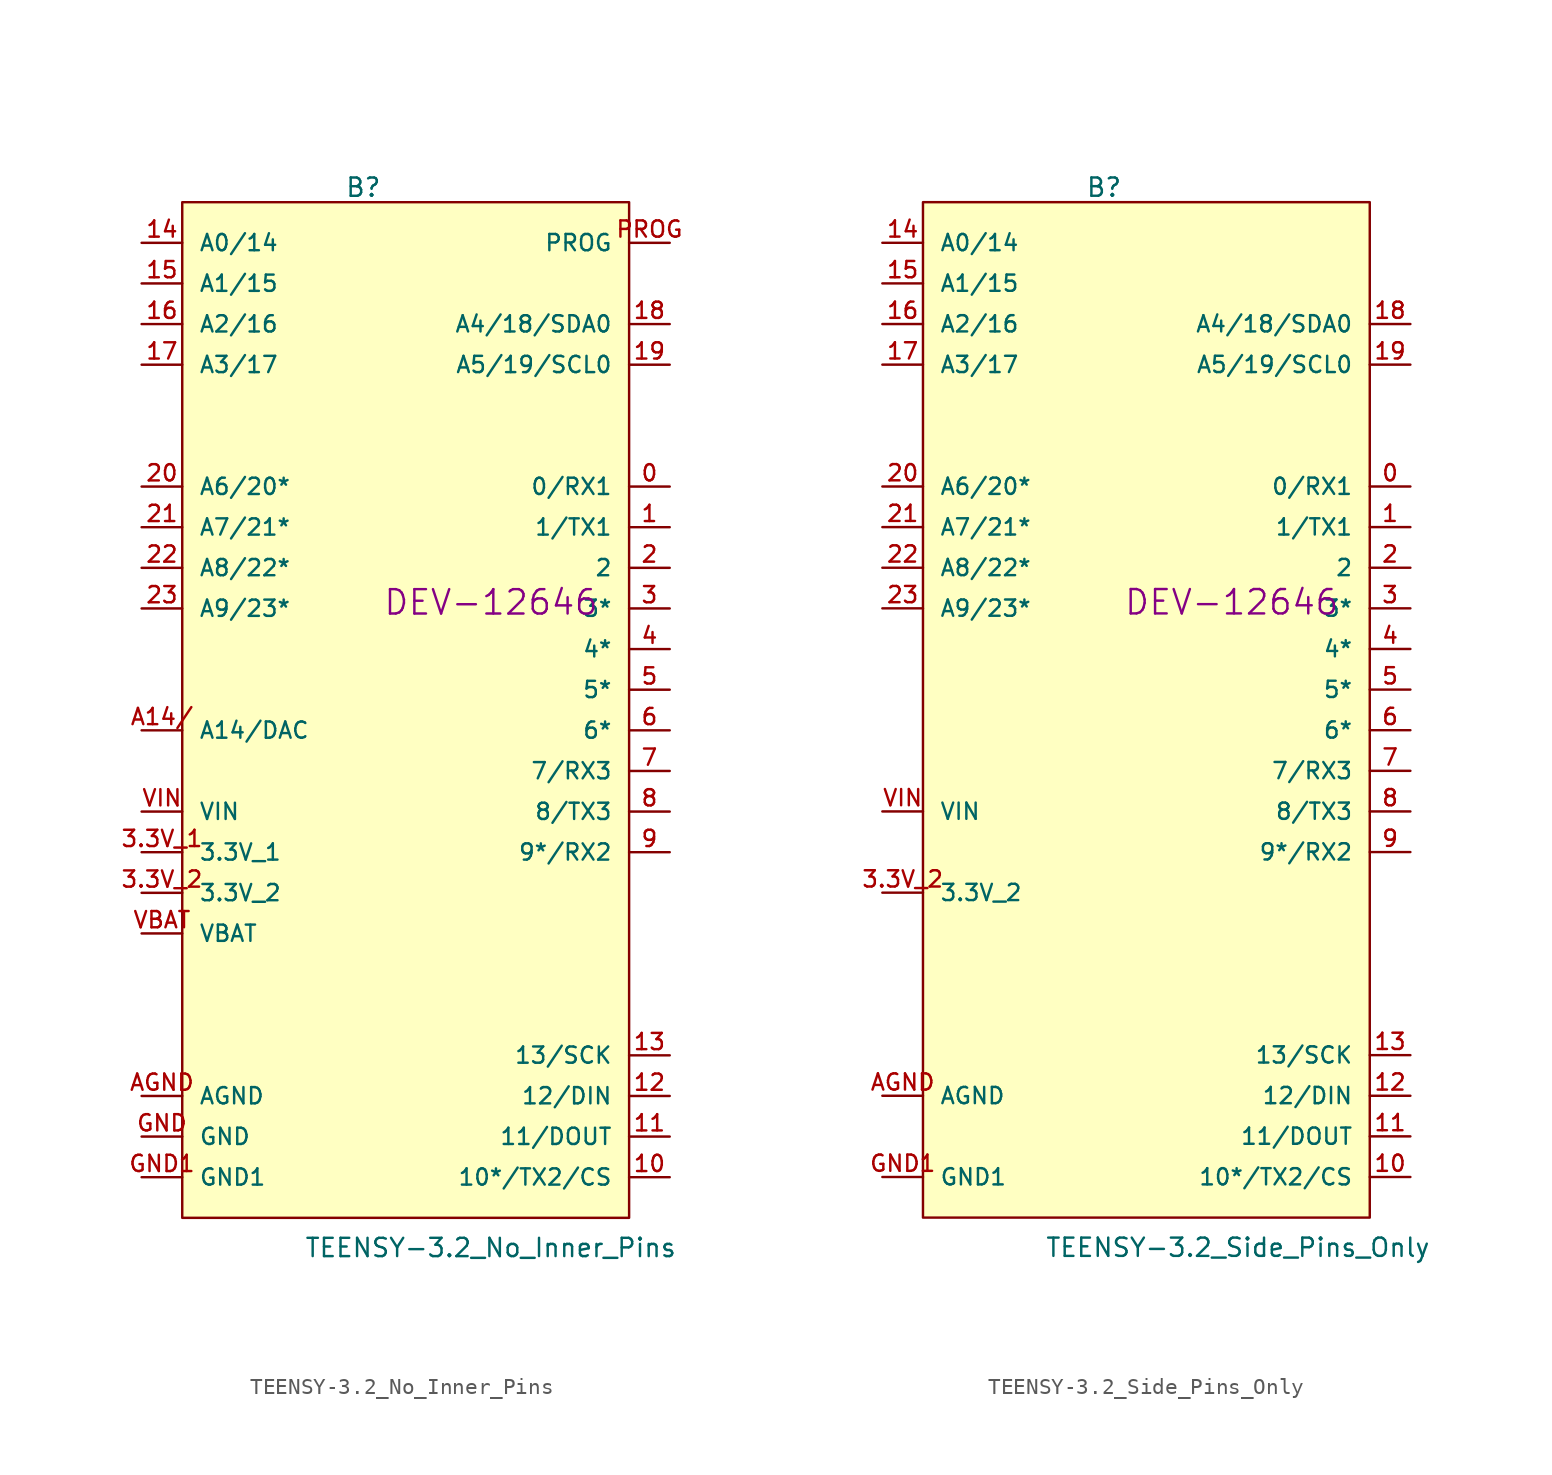
<source format=kicad_sym>
(kicad_symbol_lib
  (version 20211014)
  (generator kicad_symbol_editor)
  (symbol "TEENSY-3.2_No_Inner_Pins"
    (pin_names
      (offset 1.016))
    (property "Reference" "B"
      (at -5.08 30.734 0)
      (effects (font (size 1.143 1.143)) (justify left bottom)))
    (property "Value" "TEENSY-3.2_No_Inner_Pins"
      (at -7.62 -35.56 0)
      (effects (font (size 1.143 1.143)) (justify left bottom)))
    (property "Field4" "DEV-12646"
      (at 4.064 5.461 0)
      (effects (font (size 1.524 1.524))))
    (symbol "TEENSY-3.2_No_Inner_Pins_1_1"
      (polyline (pts (xy -15.24 -33.02) (xy -15.24 30.48) (xy 12.7 30.48) (xy 12.7 -33.02) (xy -15.24 -33.02)) (stroke (width 0) (type default) (color 0 0 0 0)) (fill (type background)))
      (pin bidirectional line (at 15.24 12.7 180) (length 2.54) (name "0/RX1" (effects (font (size 1.016 1.016)))) (number "0" (effects (font (size 1.016 1.016)))))
      (pin bidirectional line (at 15.24 10.16 180) (length 2.54) (name "1/TX1" (effects (font (size 1.016 1.016)))) (number "1" (effects (font (size 1.016 1.016)))))
      (pin bidirectional line (at 15.24 -30.48 180) (length 2.54) (name "10*/TX2/CS" (effects (font (size 1.016 1.016)))) (number "10" (effects (font (size 1.016 1.016)))))
      (pin bidirectional line (at 15.24 -27.94 180) (length 2.54) (name "11/DOUT" (effects (font (size 1.016 1.016)))) (number "11" (effects (font (size 1.016 1.016)))))
      (pin bidirectional line (at 15.24 -25.4 180) (length 2.54) (name "12/DIN" (effects (font (size 1.016 1.016)))) (number "12" (effects (font (size 1.016 1.016)))))
      (pin bidirectional line (at 15.24 -22.86 180) (length 2.54) (name "13/SCK" (effects (font (size 1.016 1.016)))) (number "13" (effects (font (size 1.016 1.016)))))
      (pin bidirectional line (at -17.78 27.94 0) (length 2.54) (name "A0/14" (effects (font (size 1.016 1.016)))) (number "14" (effects (font (size 1.016 1.016)))))
      (pin bidirectional line (at -17.78 25.4 0) (length 2.54) (name "A1/15" (effects (font (size 1.016 1.016)))) (number "15" (effects (font (size 1.016 1.016)))))
      (pin bidirectional line (at -17.78 22.86 0) (length 2.54) (name "A2/16" (effects (font (size 1.016 1.016)))) (number "16" (effects (font (size 1.016 1.016)))))
      (pin bidirectional line (at -17.78 20.32 0) (length 2.54) (name "A3/17" (effects (font (size 1.016 1.016)))) (number "17" (effects (font (size 1.016 1.016)))))
      (pin bidirectional line (at 15.24 22.86 180) (length 2.54) (name "A4/18/SDA0" (effects (font (size 1.016 1.016)))) (number "18" (effects (font (size 1.016 1.016)))))
      (pin bidirectional line (at 15.24 20.32 180) (length 2.54) (name "A5/19/SCL0" (effects (font (size 1.016 1.016)))) (number "19" (effects (font (size 1.016 1.016)))))
      (pin bidirectional line (at 15.24 7.62 180) (length 2.54) (name "2" (effects (font (size 1.016 1.016)))) (number "2" (effects (font (size 1.016 1.016)))))
      (pin bidirectional line (at -17.78 12.7 0) (length 2.54) (name "A6/20*" (effects (font (size 1.016 1.016)))) (number "20" (effects (font (size 1.016 1.016)))))
      (pin bidirectional line (at -17.78 10.16 0) (length 2.54) (name "A7/21*" (effects (font (size 1.016 1.016)))) (number "21" (effects (font (size 1.016 1.016)))))
      (pin bidirectional line (at -17.78 7.62 0) (length 2.54) (name "A8/22*" (effects (font (size 1.016 1.016)))) (number "22" (effects (font (size 1.016 1.016)))))
      (pin bidirectional line (at -17.78 5.08 0) (length 2.54) (name "A9/23*" (effects (font (size 1.016 1.016)))) (number "23" (effects (font (size 1.016 1.016)))))
      (pin bidirectional line (at 15.24 5.08 180) (length 2.54) (name "3*" (effects (font (size 1.016 1.016)))) (number "3" (effects (font (size 1.016 1.016)))))
      (pin power_in line (at -17.78 -10.16 0) (length 2.54) (name "3.3V_1" (effects (font (size 1.016 1.016)))) (number "3.3V_1" (effects (font (size 1.016 1.016)))))
      (pin power_in line (at -17.78 -12.7 0) (length 2.54) (name "3.3V_2" (effects (font (size 1.016 1.016)))) (number "3.3V_2" (effects (font (size 1.016 1.016)))))
      (pin bidirectional line (at 15.24 2.54 180) (length 2.54) (name "4*" (effects (font (size 1.016 1.016)))) (number "4" (effects (font (size 1.016 1.016)))))
      (pin bidirectional line (at 15.24 0 180) (length 2.54) (name "5*" (effects (font (size 1.016 1.016)))) (number "5" (effects (font (size 1.016 1.016)))))
      (pin bidirectional line (at 15.24 -2.54 180) (length 2.54) (name "6*" (effects (font (size 1.016 1.016)))) (number "6" (effects (font (size 1.016 1.016)))))
      (pin bidirectional line (at 15.24 -5.08 180) (length 2.54) (name "7/RX3" (effects (font (size 1.016 1.016)))) (number "7" (effects (font (size 1.016 1.016)))))
      (pin bidirectional line (at 15.24 -7.62 180) (length 2.54) (name "8/TX3" (effects (font (size 1.016 1.016)))) (number "8" (effects (font (size 1.016 1.016)))))
      (pin bidirectional line (at 15.24 -10.16 180) (length 2.54) (name "9*/RX2" (effects (font (size 1.016 1.016)))) (number "9" (effects (font (size 1.016 1.016)))))
      (pin bidirectional line (at -17.78 -2.54 0) (length 2.54) (name "A14/DAC" (effects (font (size 1.016 1.016)))) (number "A14/" (effects (font (size 1.016 1.016)))))
      (pin power_in line (at -17.78 -25.4 0) (length 2.54) (name "AGND" (effects (font (size 1.016 1.016)))) (number "AGND" (effects (font (size 1.016 1.016)))))
      (pin power_in line (at -17.78 -27.94 0) (length 2.54) (name "GND" (effects (font (size 1.016 1.016)))) (number "GND" (effects (font (size 1.016 1.016)))))
      (pin power_in line (at -17.78 -30.48 0) (length 2.54) (name "GND1" (effects (font (size 1.016 1.016)))) (number "GND1" (effects (font (size 1.016 1.016)))))
      (pin bidirectional line (at 15.24 27.94 180) (length 2.54) (name "PROG" (effects (font (size 1.016 1.016)))) (number "PROG" (effects (font (size 1.016 1.016)))))
      (pin power_in line (at -17.78 -15.24 0) (length 2.54) (name "VBAT" (effects (font (size 1.016 1.016)))) (number "VBAT" (effects (font (size 1.016 1.016)))))
      (pin power_in line (at -17.78 -7.62 0) (length 2.54) (name "VIN" (effects (font (size 1.016 1.016)))) (number "VIN" (effects (font (size 1.016 1.016)))))))
  (symbol "TEENSY-3.2_Side_Pins_Only"
    (pin_names
      (offset 1.016))
    (property "Reference" "B"
      (at -5.08 30.734 0)
      (effects (font (size 1.143 1.143)) (justify left bottom)))
    (property "Value" "TEENSY-3.2_Side_Pins_Only"
      (at -7.62 -35.56 0)
      (effects (font (size 1.143 1.143)) (justify left bottom)))
    (property "Field4" "DEV-12646"
      (at 4.064 5.461 0)
      (effects (font (size 1.524 1.524))))
    (symbol "TEENSY-3.2_Side_Pins_Only_1_1"
      (polyline (pts (xy -15.24 -33.02) (xy -15.24 30.48) (xy 12.7 30.48) (xy 12.7 -33.02) (xy -15.24 -33.02)) (stroke (width 0) (type default) (color 0 0 0 0)) (fill (type background)))
      (pin bidirectional line (at 15.24 12.7 180) (length 2.54) (name "0/RX1" (effects (font (size 1.016 1.016)))) (number "0" (effects (font (size 1.016 1.016)))))
      (pin bidirectional line (at 15.24 10.16 180) (length 2.54) (name "1/TX1" (effects (font (size 1.016 1.016)))) (number "1" (effects (font (size 1.016 1.016)))))
      (pin bidirectional line (at 15.24 -30.48 180) (length 2.54) (name "10*/TX2/CS" (effects (font (size 1.016 1.016)))) (number "10" (effects (font (size 1.016 1.016)))))
      (pin bidirectional line (at 15.24 -27.94 180) (length 2.54) (name "11/DOUT" (effects (font (size 1.016 1.016)))) (number "11" (effects (font (size 1.016 1.016)))))
      (pin bidirectional line (at 15.24 -25.4 180) (length 2.54) (name "12/DIN" (effects (font (size 1.016 1.016)))) (number "12" (effects (font (size 1.016 1.016)))))
      (pin bidirectional line (at 15.24 -22.86 180) (length 2.54) (name "13/SCK" (effects (font (size 1.016 1.016)))) (number "13" (effects (font (size 1.016 1.016)))))
      (pin bidirectional line (at -17.78 27.94 0) (length 2.54) (name "A0/14" (effects (font (size 1.016 1.016)))) (number "14" (effects (font (size 1.016 1.016)))))
      (pin bidirectional line (at -17.78 25.4 0) (length 2.54) (name "A1/15" (effects (font (size 1.016 1.016)))) (number "15" (effects (font (size 1.016 1.016)))))
      (pin bidirectional line (at -17.78 22.86 0) (length 2.54) (name "A2/16" (effects (font (size 1.016 1.016)))) (number "16" (effects (font (size 1.016 1.016)))))
      (pin bidirectional line (at -17.78 20.32 0) (length 2.54) (name "A3/17" (effects (font (size 1.016 1.016)))) (number "17" (effects (font (size 1.016 1.016)))))
      (pin bidirectional line (at 15.24 22.86 180) (length 2.54) (name "A4/18/SDA0" (effects (font (size 1.016 1.016)))) (number "18" (effects (font (size 1.016 1.016)))))
      (pin bidirectional line (at 15.24 20.32 180) (length 2.54) (name "A5/19/SCL0" (effects (font (size 1.016 1.016)))) (number "19" (effects (font (size 1.016 1.016)))))
      (pin bidirectional line (at 15.24 7.62 180) (length 2.54) (name "2" (effects (font (size 1.016 1.016)))) (number "2" (effects (font (size 1.016 1.016)))))
      (pin bidirectional line (at -17.78 12.7 0) (length 2.54) (name "A6/20*" (effects (font (size 1.016 1.016)))) (number "20" (effects (font (size 1.016 1.016)))))
      (pin bidirectional line (at -17.78 10.16 0) (length 2.54) (name "A7/21*" (effects (font (size 1.016 1.016)))) (number "21" (effects (font (size 1.016 1.016)))))
      (pin bidirectional line (at -17.78 7.62 0) (length 2.54) (name "A8/22*" (effects (font (size 1.016 1.016)))) (number "22" (effects (font (size 1.016 1.016)))))
      (pin bidirectional line (at -17.78 5.08 0) (length 2.54) (name "A9/23*" (effects (font (size 1.016 1.016)))) (number "23" (effects (font (size 1.016 1.016)))))
      (pin bidirectional line (at 15.24 5.08 180) (length 2.54) (name "3*" (effects (font (size 1.016 1.016)))) (number "3" (effects (font (size 1.016 1.016)))))
      (pin power_in line (at -17.78 -12.7 0) (length 2.54) (name "3.3V_2" (effects (font (size 1.016 1.016)))) (number "3.3V_2" (effects (font (size 1.016 1.016)))))
      (pin bidirectional line (at 15.24 2.54 180) (length 2.54) (name "4*" (effects (font (size 1.016 1.016)))) (number "4" (effects (font (size 1.016 1.016)))))
      (pin bidirectional line (at 15.24 0 180) (length 2.54) (name "5*" (effects (font (size 1.016 1.016)))) (number "5" (effects (font (size 1.016 1.016)))))
      (pin bidirectional line (at 15.24 -2.54 180) (length 2.54) (name "6*" (effects (font (size 1.016 1.016)))) (number "6" (effects (font (size 1.016 1.016)))))
      (pin bidirectional line (at 15.24 -5.08 180) (length 2.54) (name "7/RX3" (effects (font (size 1.016 1.016)))) (number "7" (effects (font (size 1.016 1.016)))))
      (pin bidirectional line (at 15.24 -7.62 180) (length 2.54) (name "8/TX3" (effects (font (size 1.016 1.016)))) (number "8" (effects (font (size 1.016 1.016)))))
      (pin bidirectional line (at 15.24 -10.16 180) (length 2.54) (name "9*/RX2" (effects (font (size 1.016 1.016)))) (number "9" (effects (font (size 1.016 1.016)))))
      (pin power_in line (at -17.78 -25.4 0) (length 2.54) (name "AGND" (effects (font (size 1.016 1.016)))) (number "AGND" (effects (font (size 1.016 1.016)))))
      (pin power_in line (at -17.78 -30.48 0) (length 2.54) (name "GND1" (effects (font (size 1.016 1.016)))) (number "GND1" (effects (font (size 1.016 1.016)))))
      (pin power_in line (at -17.78 -7.62 0) (length 2.54) (name "VIN" (effects (font (size 1.016 1.016)))) (number "VIN" (effects (font (size 1.016 1.016))))))))
</source>
